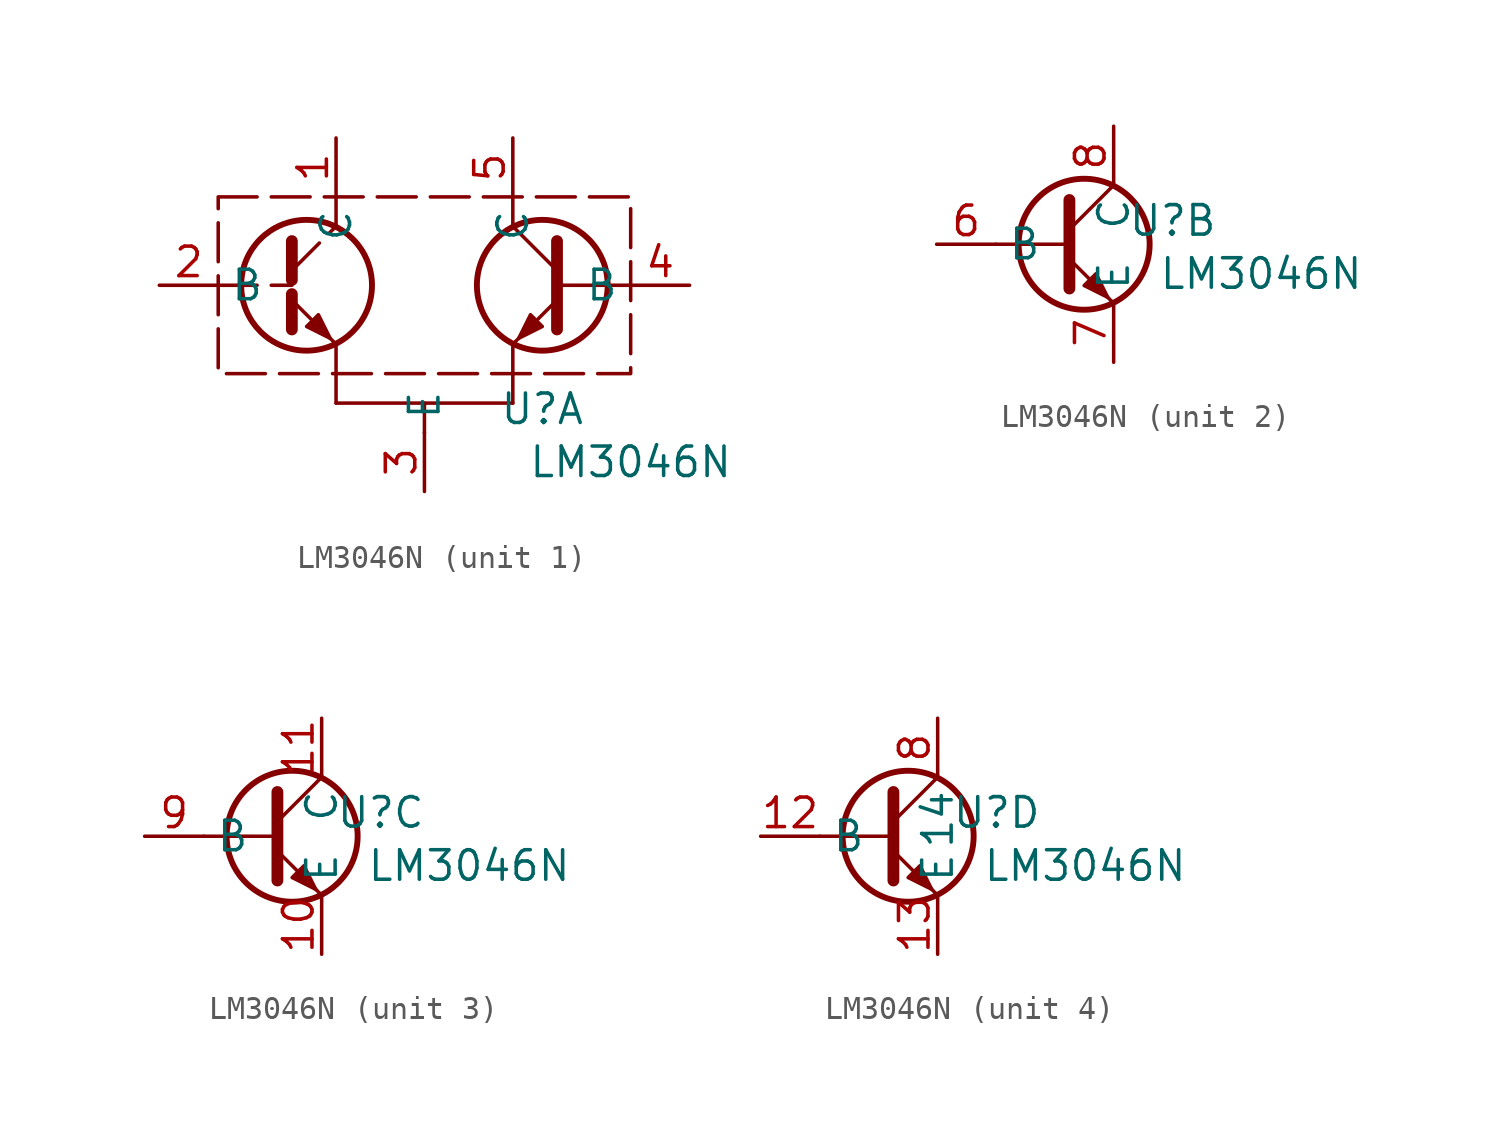
<source format=kicad_sym>
(kicad_symbol_lib
  (version 20241209)
  (generator "kicad_symbol_editor")
  (generator_version "9.0")
  (symbol "LM3046N"
    (property "Reference" "U"
      (at 3.81 1.016 0)
      (effects (font (size 1.27 1.27))))
    (property "Value" "LM3046N"
      (at 7.62 -1.27 0)
      (effects (font (size 1.27 1.27))))
    (property "ki_locked" ""
      (at 0 0 0)
      (effects (font (size 1.27 1.27))))
    (symbol "LM3046N_1_1"
      (rectangle (start -10.16 10.16) (end 7.62 2.54) (stroke (width 0) (type dash)) (fill (type none)))
      (polyline (pts (xy -10.16 6.35) (xy -6.985 6.35)) (stroke (width 0) (type default)) (fill (type none)))
      (polyline (pts (xy -6.985 8.255) (xy -6.985 4.445)) (stroke (width 0.508) (type default)) (fill (type none)))
      (polyline (pts (xy -6.985 6.985) (xy -5.08 8.89)) (stroke (width 0) (type default)) (fill (type none)))
      (polyline (pts (xy -6.985 5.715) (xy -5.08 3.81)) (stroke (width 0) (type default)) (fill (type none)))
      (circle (center -6.35 6.35) (radius 2.819) (stroke (width 0.254) (type default)) (fill (type none)))
      (polyline (pts (xy -6.35 4.572) (xy -5.842 5.08) (xy -5.334 4.064) (xy -6.35 4.572)) (stroke (width 0) (type default)) (fill (type outline)))
      (polyline (pts (xy -5.08 8.89) (xy -5.08 10.16)) (stroke (width 0) (type default)) (fill (type none)))
      (polyline (pts (xy -5.08 1.27) (xy -5.08 3.81)) (stroke (width 0) (type default)) (fill (type none)))
      (polyline (pts (xy -5.08 1.27) (xy 2.54 1.27)) (stroke (width 0) (type default)) (fill (type none)))
      (polyline (pts (xy -1.27 1.27) (xy -1.27 0)) (stroke (width 0) (type default)) (fill (type none)))
      (polyline (pts (xy 2.54 8.89) (xy 2.54 10.16)) (stroke (width 0) (type default)) (fill (type none)))
      (polyline (pts (xy 2.54 1.27) (xy 2.54 3.81)) (stroke (width 0) (type default)) (fill (type none)))
      (circle (center 3.81 6.35) (radius 2.819) (stroke (width 0.254) (type default)) (fill (type none)))
      (polyline (pts (xy 3.81 4.572) (xy 3.302 5.08) (xy 2.794 4.064) (xy 3.81 4.572)) (stroke (width 0) (type default)) (fill (type outline)))
      (polyline (pts (xy 4.445 8.255) (xy 4.445 4.445)) (stroke (width 0.508) (type default)) (fill (type none)))
      (polyline (pts (xy 4.445 6.985) (xy 2.54 8.89)) (stroke (width 0) (type default)) (fill (type none)))
      (polyline (pts (xy 4.445 5.715) (xy 2.54 3.81)) (stroke (width 0) (type default)) (fill (type none)))
      (polyline (pts (xy 7.62 6.35) (xy 4.445 6.35)) (stroke (width 0) (type default)) (fill (type none)))
      (pin input line (at -12.7 6.35 0) (length 2.54) (name "B" (effects (font (size 1.27 1.27)))) (number "2" (effects (font (size 1.27 1.27)))))
      (pin passive line (at -5.08 12.7 270) (length 2.54) (name "C" (effects (font (size 1.27 1.27)))) (number "1" (effects (font (size 1.27 1.27)))))
      (pin passive line (at -1.27 -2.54 90) (length 2.54) (name "E" (effects (font (size 1.27 1.27)))) (number "3" (effects (font (size 1.27 1.27)))))
      (pin passive line (at 2.54 12.7 270) (length 2.54) (name "C" (effects (font (size 1.27 1.27)))) (number "5" (effects (font (size 1.27 1.27)))))
      (pin input line (at 10.16 6.35 180) (length 2.54) (name "B" (effects (font (size 1.27 1.27)))) (number "4" (effects (font (size 1.27 1.27))))))
    (symbol "LM3046N_2_1"
      (polyline (pts (xy -3.81 0) (xy -0.635 0)) (stroke (width 0) (type default)) (fill (type none)))
      (polyline (pts (xy -0.635 1.905) (xy -0.635 -1.905)) (stroke (width 0.508) (type default)) (fill (type none)))
      (polyline (pts (xy -0.635 0.635) (xy 1.27 2.54)) (stroke (width 0) (type default)) (fill (type none)))
      (polyline (pts (xy -0.635 -0.635) (xy 1.27 -2.54)) (stroke (width 0) (type default)) (fill (type none)))
      (circle (center 0 0) (radius 2.819) (stroke (width 0.254) (type default)) (fill (type none)))
      (polyline (pts (xy 0 -1.778) (xy 0.508 -1.27) (xy 1.016 -2.286) (xy 0 -1.778)) (stroke (width 0) (type default)) (fill (type outline)))
      (pin input line (at -6.35 0 0) (length 2.54) (name "B" (effects (font (size 1.27 1.27)))) (number "6" (effects (font (size 1.27 1.27)))))
      (pin passive line (at 1.27 5.08 270) (length 2.54) (name "C" (effects (font (size 1.27 1.27)))) (number "8" (effects (font (size 1.27 1.27)))))
      (pin passive line (at 1.27 -5.08 90) (length 2.54) (name "E" (effects (font (size 1.27 1.27)))) (number "7" (effects (font (size 1.27 1.27))))))
    (symbol "LM3046N_3_1"
      (polyline (pts (xy -3.81 0) (xy -0.635 0)) (stroke (width 0) (type default)) (fill (type none)))
      (polyline (pts (xy -0.635 1.905) (xy -0.635 -1.905)) (stroke (width 0.508) (type default)) (fill (type none)))
      (polyline (pts (xy -0.635 0.635) (xy 1.27 2.54)) (stroke (width 0) (type default)) (fill (type none)))
      (polyline (pts (xy -0.635 -0.635) (xy 1.27 -2.54)) (stroke (width 0) (type default)) (fill (type none)))
      (circle (center 0 0) (radius 2.819) (stroke (width 0.254) (type default)) (fill (type none)))
      (polyline (pts (xy 0 -1.778) (xy 0.508 -1.27) (xy 1.016 -2.286) (xy 0 -1.778)) (stroke (width 0) (type default)) (fill (type outline)))
      (pin input line (at -6.35 0 0) (length 2.54) (name "B" (effects (font (size 1.27 1.27)))) (number "9" (effects (font (size 1.27 1.27)))))
      (pin passive line (at 1.27 5.08 270) (length 2.54) (name "C" (effects (font (size 1.27 1.27)))) (number "11" (effects (font (size 1.27 1.27)))))
      (pin passive line (at 1.27 -5.08 90) (length 2.54) (name "E" (effects (font (size 1.27 1.27)))) (number "10" (effects (font (size 1.27 1.27))))))
    (symbol "LM3046N_4_1"
      (polyline (pts (xy -3.81 0) (xy -0.635 0)) (stroke (width 0) (type default)) (fill (type none)))
      (polyline (pts (xy -0.635 1.905) (xy -0.635 -1.905)) (stroke (width 0.508) (type default)) (fill (type none)))
      (polyline (pts (xy -0.635 0.635) (xy 1.27 2.54)) (stroke (width 0) (type default)) (fill (type none)))
      (polyline (pts (xy -0.635 -0.635) (xy 1.27 -2.54)) (stroke (width 0) (type default)) (fill (type none)))
      (circle (center 0 0) (radius 2.819) (stroke (width 0.254) (type default)) (fill (type none)))
      (polyline (pts (xy 0 -1.778) (xy 0.508 -1.27) (xy 1.016 -2.286) (xy 0 -1.778)) (stroke (width 0) (type default)) (fill (type outline)))
      (pin input line (at -6.35 0 0) (length 2.54) (name "B" (effects (font (size 1.27 1.27)))) (number "12" (effects (font (size 1.27 1.27)))))
      (pin passive line (at 1.27 5.08 270) (length 2.54) (name "14" (effects (font (size 1.27 1.27)))) (number "8" (effects (font (size 1.27 1.27)))))
      (pin passive line (at 1.27 -5.08 90) (length 2.54) (name "E" (effects (font (size 1.27 1.27)))) (number "13" (effects (font (size 1.27 1.27))))))))
</source>
